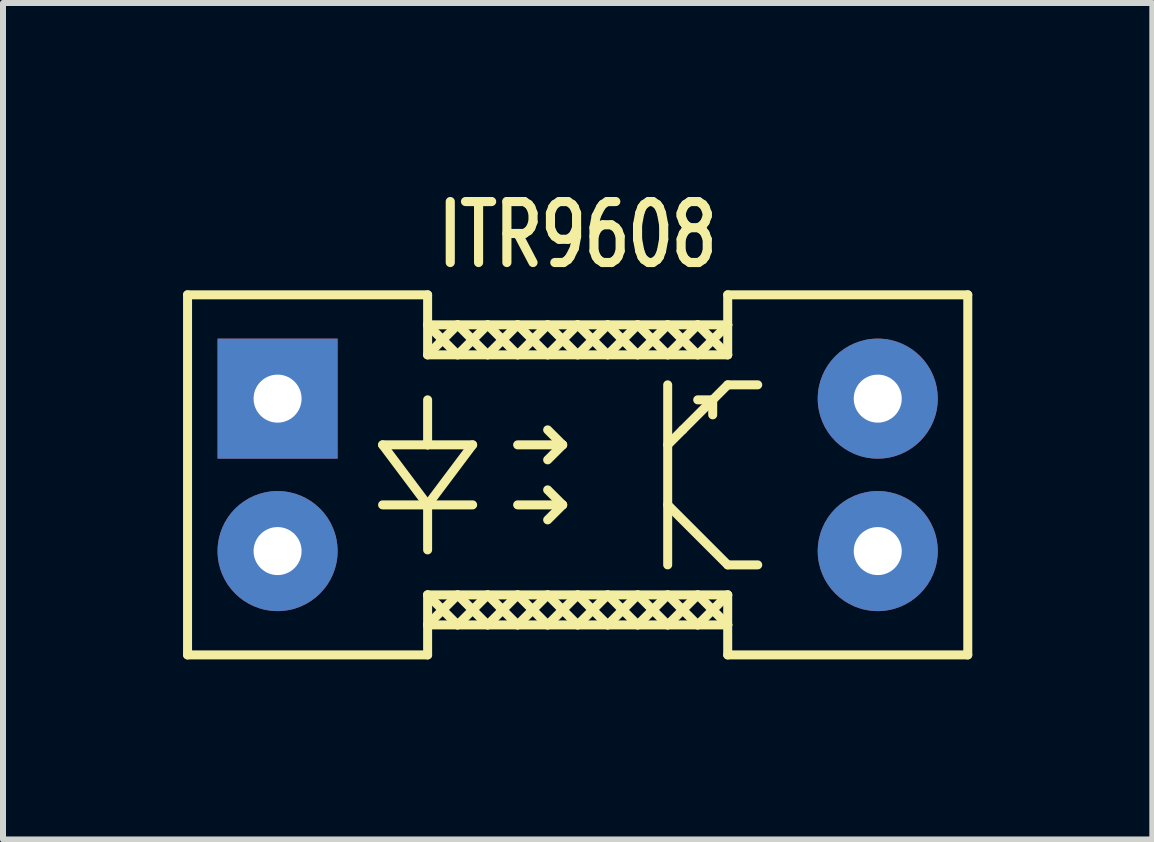
<source format=kicad_pcb>
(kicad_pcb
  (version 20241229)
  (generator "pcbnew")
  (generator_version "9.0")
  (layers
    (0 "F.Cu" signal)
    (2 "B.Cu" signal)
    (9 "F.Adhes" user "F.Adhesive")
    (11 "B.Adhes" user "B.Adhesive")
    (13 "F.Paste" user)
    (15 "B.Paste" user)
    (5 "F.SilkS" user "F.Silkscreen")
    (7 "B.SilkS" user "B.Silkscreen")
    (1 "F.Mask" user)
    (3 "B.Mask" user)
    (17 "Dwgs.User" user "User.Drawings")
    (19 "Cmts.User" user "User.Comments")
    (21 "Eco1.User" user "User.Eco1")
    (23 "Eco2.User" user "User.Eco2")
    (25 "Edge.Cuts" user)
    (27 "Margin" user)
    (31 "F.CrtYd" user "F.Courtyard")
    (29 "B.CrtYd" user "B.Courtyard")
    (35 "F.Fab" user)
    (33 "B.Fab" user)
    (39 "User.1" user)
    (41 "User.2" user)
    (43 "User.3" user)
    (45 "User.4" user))
  (footprint "ITR9608"
    (layer "F.Cu")
    (at 6.575 4.862)
    (property "Reference" "ITR9608" (at 0 -4 0) (layer "F.SilkS") (effects (font (size 1.016 0.762) (thickness 0.152))))
    (attr through_hole)
    (fp_line (start -6.5 -3) (end -6.5 3) (stroke (width 0.15) (type solid)) (layer "F.SilkS"))
    (fp_line (start -6.5 3) (end -2.5 3) (stroke (width 0.15) (type solid)) (layer "F.SilkS"))
    (fp_line (start -3.25 -0.5) (end -2.5 0.5) (stroke (width 0.15) (type solid)) (layer "F.SilkS"))
    (fp_line (start -3.25 0.5) (end -1.75 0.5) (stroke (width 0.15) (type solid)) (layer "F.SilkS"))
    (fp_line (start -2.5 -3) (end -6.5 -3) (stroke (width 0.15) (type solid)) (layer "F.SilkS"))
    (fp_line (start -2.5 -2.5) (end -2.5 -3) (stroke (width 0.15) (type solid)) (layer "F.SilkS"))
    (fp_line (start -2.5 -2.5) (end -2.5 -2) (stroke (width 0.15) (type solid)) (layer "F.SilkS"))
    (fp_line (start -2.5 -2.5) (end -2 -2) (stroke (width 0.15) (type solid)) (layer "F.SilkS"))
    (fp_line (start -2.5 -2.5) (end 2.5 -2.5) (stroke (width 0.15) (type solid)) (layer "F.SilkS"))
    (fp_line (start -2.5 -2) (end 2.5 -2) (stroke (width 0.15) (type solid)) (layer "F.SilkS"))
    (fp_line (start -2.5 -1.25) (end -2.5 -0.5) (stroke (width 0.15) (type solid)) (layer "F.SilkS"))
    (fp_line (start -2.5 -0.5) (end -3.25 -0.5) (stroke (width 0.15) (type solid)) (layer "F.SilkS"))
    (fp_line (start -2.5 0.5) (end -2.5 1.25) (stroke (width 0.15) (type solid)) (layer "F.SilkS"))
    (fp_line (start -2.5 0.5) (end -1.75 -0.5) (stroke (width 0.15) (type solid)) (layer "F.SilkS"))
    (fp_line (start -2.5 2) (end 2.5 2) (stroke (width 0.15) (type solid)) (layer "F.SilkS"))
    (fp_line (start -2.5 2.5) (end -2.5 2) (stroke (width 0.15) (type solid)) (layer "F.SilkS"))
    (fp_line (start -2.5 2.5) (end -2 2) (stroke (width 0.15) (type solid)) (layer "F.SilkS"))
    (fp_line (start -2.5 2.5) (end 2.5 2.5) (stroke (width 0.15) (type solid)) (layer "F.SilkS"))
    (fp_line (start -2.5 3) (end -2.5 2.5) (stroke (width 0.15) (type solid)) (layer "F.SilkS"))
    (fp_line (start -2 -2.5) (end -2.5 -2) (stroke (width 0.15) (type solid)) (layer "F.SilkS"))
    (fp_line (start -2 -2) (end -1.5 -2.5) (stroke (width 0.15) (type solid)) (layer "F.SilkS"))
    (fp_line (start -2 2) (end -1.5 2.5) (stroke (width 0.15) (type solid)) (layer "F.SilkS"))
    (fp_line (start -2 2.5) (end -2.5 2) (stroke (width 0.15) (type solid)) (layer "F.SilkS"))
    (fp_line (start -1.75 -0.5) (end -2.5 -0.5) (stroke (width 0.15) (type solid)) (layer "F.SilkS"))
    (fp_line (start -1.5 -2.5) (end -1 -2) (stroke (width 0.15) (type solid)) (layer "F.SilkS"))
    (fp_line (start -1.5 -2) (end -2 -2.5) (stroke (width 0.15) (type solid)) (layer "F.SilkS"))
    (fp_line (start -1.5 2) (end -2 2.5) (stroke (width 0.15) (type solid)) (layer "F.SilkS"))
    (fp_line (start -1.5 2.5) (end -1 2) (stroke (width 0.15) (type solid)) (layer "F.SilkS"))
    (fp_line (start -1 -2.5) (end -1.5 -2) (stroke (width 0.15) (type solid)) (layer "F.SilkS"))
    (fp_line (start -1 -2) (end -0.5 -2.5) (stroke (width 0.15) (type solid)) (layer "F.SilkS"))
    (fp_line (start -1 2) (end -0.5 2.5) (stroke (width 0.15) (type solid)) (layer "F.SilkS"))
    (fp_line (start -1 2.5) (end -1.5 2) (stroke (width 0.15) (type solid)) (layer "F.SilkS"))
    (fp_line (start -0.5 -2.5) (end 0 -2) (stroke (width 0.15) (type solid)) (layer "F.SilkS"))
    (fp_line (start -0.5 -2) (end -1 -2.5) (stroke (width 0.15) (type solid)) (layer "F.SilkS"))
    (fp_line (start -0.5 -0.75) (end -0.25 -0.5) (stroke (width 0.15) (type solid)) (layer "F.SilkS"))
    (fp_line (start -0.5 0.25) (end -0.25 0.5) (stroke (width 0.15) (type solid)) (layer "F.SilkS"))
    (fp_line (start -0.5 2) (end -1 2.5) (stroke (width 0.15) (type solid)) (layer "F.SilkS"))
    (fp_line (start -0.5 2.5) (end 0 2) (stroke (width 0.15) (type solid)) (layer "F.SilkS"))
    (fp_line (start -0.25 -0.5) (end -1 -0.5) (stroke (width 0.15) (type solid)) (layer "F.SilkS"))
    (fp_line (start -0.25 -0.5) (end -0.5 -0.25) (stroke (width 0.15) (type solid)) (layer "F.SilkS"))
    (fp_line (start -0.25 0.5) (end -1 0.5) (stroke (width 0.15) (type solid)) (layer "F.SilkS"))
    (fp_line (start -0.25 0.5) (end -0.5 0.75) (stroke (width 0.15) (type solid)) (layer "F.SilkS"))
    (fp_line (start 0 -2.5) (end -0.5 -2) (stroke (width 0.15) (type solid)) (layer "F.SilkS"))
    (fp_line (start 0 -2) (end 0.5 -2.5) (stroke (width 0.15) (type solid)) (layer "F.SilkS"))
    (fp_line (start 0 2) (end 0.5 2.5) (stroke (width 0.15) (type solid)) (layer "F.SilkS"))
    (fp_line (start 0 2.5) (end -0.5 2) (stroke (width 0.15) (type solid)) (layer "F.SilkS"))
    (fp_line (start 0.5 -2.5) (end 1 -2) (stroke (width 0.15) (type solid)) (layer "F.SilkS"))
    (fp_line (start 0.5 -2) (end 0 -2.5) (stroke (width 0.15) (type solid)) (layer "F.SilkS"))
    (fp_line (start 0.5 2) (end 0 2.5) (stroke (width 0.15) (type solid)) (layer "F.SilkS"))
    (fp_line (start 0.5 2.5) (end 1 2) (stroke (width 0.15) (type solid)) (layer "F.SilkS"))
    (fp_line (start 1 -2.5) (end 0.5 -2) (stroke (width 0.15) (type solid)) (layer "F.SilkS"))
    (fp_line (start 1 -2) (end 1.5 -2.5) (stroke (width 0.15) (type solid)) (layer "F.SilkS"))
    (fp_line (start 1 2) (end 1.5 2.5) (stroke (width 0.15) (type solid)) (layer "F.SilkS"))
    (fp_line (start 1 2.5) (end 0.5 2) (stroke (width 0.15) (type solid)) (layer "F.SilkS"))
    (fp_line (start 1.5 -2.5) (end 2 -2) (stroke (width 0.15) (type solid)) (layer "F.SilkS"))
    (fp_line (start 1.5 -2) (end 1 -2.5) (stroke (width 0.15) (type solid)) (layer "F.SilkS"))
    (fp_line (start 1.5 -1.5) (end 1.5 1.5) (stroke (width 0.15) (type solid)) (layer "F.SilkS"))
    (fp_line (start 1.5 0.5) (end 2.5 1.5) (stroke (width 0.15) (type solid)) (layer "F.SilkS"))
    (fp_line (start 1.5 2) (end 1 2.5) (stroke (width 0.15) (type solid)) (layer "F.SilkS"))
    (fp_line (start 1.5 2.5) (end 2 2) (stroke (width 0.15) (type solid)) (layer "F.SilkS"))
    (fp_line (start 1.75 -0.75) (end 1.5 -0.5) (stroke (width 0.15) (type solid)) (layer "F.SilkS"))
    (fp_line (start 2 -2.5) (end 1.5 -2) (stroke (width 0.15) (type solid)) (layer "F.SilkS"))
    (fp_line (start 2 -2) (end 2.5 -2.5) (stroke (width 0.15) (type solid)) (layer "F.SilkS"))
    (fp_line (start 2 2) (end 2.5 2.5) (stroke (width 0.15) (type solid)) (layer "F.SilkS"))
    (fp_line (start 2 2.5) (end 1.5 2) (stroke (width 0.15) (type solid)) (layer "F.SilkS"))
    (fp_line (start 2.25 -1.25) (end 2 -1.25) (stroke (width 0.15) (type solid)) (layer "F.SilkS"))
    (fp_line (start 2.25 -1) (end 2.25 -1.25) (stroke (width 0.15) (type solid)) (layer "F.SilkS"))
    (fp_line (start 2.5 -3) (end 2.5 -2.5) (stroke (width 0.15) (type solid)) (layer "F.SilkS"))
    (fp_line (start 2.5 -2) (end 2 -2.5) (stroke (width 0.15) (type solid)) (layer "F.SilkS"))
    (fp_line (start 2.5 -2) (end 2.5 -2.5) (stroke (width 0.15) (type solid)) (layer "F.SilkS"))
    (fp_line (start 2.5 -1.5) (end 1.75 -0.75) (stroke (width 0.15) (type solid)) (layer "F.SilkS"))
    (fp_line (start 2.5 1.5) (end 3 1.5) (stroke (width 0.15) (type solid)) (layer "F.SilkS"))
    (fp_line (start 2.5 2) (end 2 2.5) (stroke (width 0.15) (type solid)) (layer "F.SilkS"))
    (fp_line (start 2.5 2) (end 2.5 2.5) (stroke (width 0.15) (type solid)) (layer "F.SilkS"))
    (fp_line (start 2.5 2.5) (end 2.5 3) (stroke (width 0.15) (type solid)) (layer "F.SilkS"))
    (fp_line (start 2.5 3) (end 6.5 3) (stroke (width 0.15) (type solid)) (layer "F.SilkS"))
    (fp_line (start 3 -1.5) (end 2.5 -1.5) (stroke (width 0.15) (type solid)) (layer "F.SilkS"))
    (fp_line (start 6.5 -3) (end 2.5 -3) (stroke (width 0.15) (type solid)) (layer "F.SilkS"))
    (fp_line (start 6.5 3) (end 6.5 -3) (stroke (width 0.15) (type solid)) (layer "F.SilkS"))
    (pad "1" thru_hole rect (at -5 -1.27) (size 2 2) (drill 0.8) (layers "*.Cu" "*.Mask"))
    (pad "2" thru_hole circle (at -5 1.27) (size 2 2) (drill 0.8) (layers "*.Cu" "*.Mask"))
    (pad "3" thru_hole circle (at 5 1.27) (size 2 2) (drill 0.8) (layers "*.Cu" "*.Mask"))
    (pad "4" thru_hole circle (at 5 -1.27) (size 2 2) (drill 0.8) (layers "*.Cu" "*.Mask")))
  (gr_rect
    (start -3 -3)
    (end 16.15 10.937)
    (stroke (width 0.1) (type default))
    (fill no)
    (layer "Edge.Cuts")))
</source>
